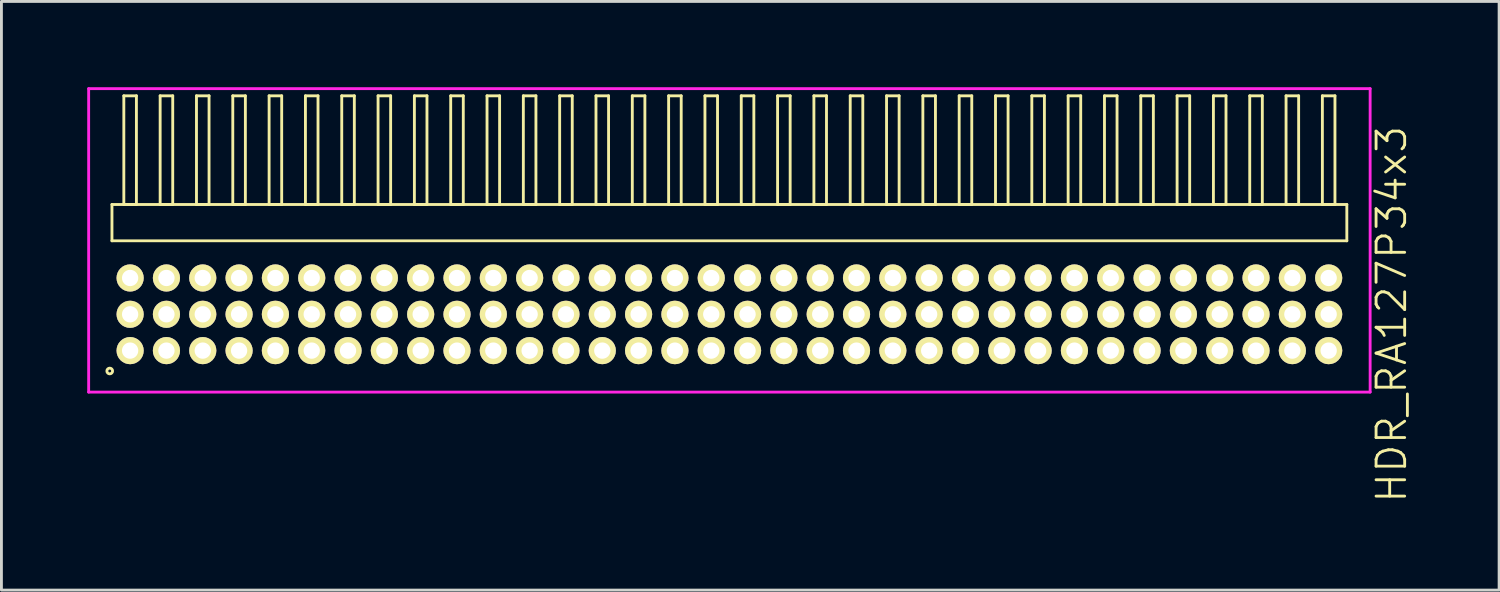
<source format=kicad_pcb>
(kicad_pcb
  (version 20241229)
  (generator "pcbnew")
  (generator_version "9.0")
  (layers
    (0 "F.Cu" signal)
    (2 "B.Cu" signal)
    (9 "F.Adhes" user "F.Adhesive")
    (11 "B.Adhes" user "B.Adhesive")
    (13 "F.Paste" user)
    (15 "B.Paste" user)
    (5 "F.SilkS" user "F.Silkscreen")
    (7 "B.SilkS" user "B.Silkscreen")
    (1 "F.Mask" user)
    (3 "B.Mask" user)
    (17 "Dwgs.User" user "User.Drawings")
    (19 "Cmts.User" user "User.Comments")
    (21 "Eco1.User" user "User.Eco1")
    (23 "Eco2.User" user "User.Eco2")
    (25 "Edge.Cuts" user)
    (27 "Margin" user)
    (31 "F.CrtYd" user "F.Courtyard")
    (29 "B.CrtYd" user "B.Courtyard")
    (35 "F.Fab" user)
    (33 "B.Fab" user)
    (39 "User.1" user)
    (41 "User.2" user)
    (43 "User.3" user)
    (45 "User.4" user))
  (footprint "HDR_RA127P34x3"
    (layer "F.Cu")
    (at 22.455 7.94)
    (property "Reference" "HDR_RA127P34x3" (at 23.155 0 90) (layer "F.SilkS") (effects (font (size 1 1) (thickness 0.1))))
    (attr through_hole)
    (fp_line (start -21.59 -3.84) (end -21.59 -2.57) (stroke (width 0.1) (type solid)) (layer "F.SilkS"))
    (fp_line (start -21.59 -2.57) (end 21.59 -2.57) (stroke (width 0.1) (type solid)) (layer "F.SilkS"))
    (fp_line (start -21.175 -7.64) (end -21.175 -3.84) (stroke (width 0.1) (type solid)) (layer "F.SilkS"))
    (fp_line (start -21.175 -3.84) (end -20.735 -3.84) (stroke (width 0.1) (type solid)) (layer "F.SilkS"))
    (fp_line (start -20.735 -7.64) (end -21.175 -7.64) (stroke (width 0.1) (type solid)) (layer "F.SilkS"))
    (fp_line (start -20.735 -3.84) (end -20.735 -7.64) (stroke (width 0.1) (type solid)) (layer "F.SilkS"))
    (fp_line (start -19.905 -7.64) (end -19.905 -3.84) (stroke (width 0.1) (type solid)) (layer "F.SilkS"))
    (fp_line (start -19.905 -3.84) (end -19.465 -3.84) (stroke (width 0.1) (type solid)) (layer "F.SilkS"))
    (fp_line (start -19.465 -7.64) (end -19.905 -7.64) (stroke (width 0.1) (type solid)) (layer "F.SilkS"))
    (fp_line (start -19.465 -3.84) (end -19.465 -7.64) (stroke (width 0.1) (type solid)) (layer "F.SilkS"))
    (fp_line (start -18.635 -7.64) (end -18.635 -3.84) (stroke (width 0.1) (type solid)) (layer "F.SilkS"))
    (fp_line (start -18.635 -3.84) (end -18.195 -3.84) (stroke (width 0.1) (type solid)) (layer "F.SilkS"))
    (fp_line (start -18.195 -7.64) (end -18.635 -7.64) (stroke (width 0.1) (type solid)) (layer "F.SilkS"))
    (fp_line (start -18.195 -3.84) (end -18.195 -7.64) (stroke (width 0.1) (type solid)) (layer "F.SilkS"))
    (fp_line (start -17.365 -7.64) (end -17.365 -3.84) (stroke (width 0.1) (type solid)) (layer "F.SilkS"))
    (fp_line (start -17.365 -3.84) (end -16.925 -3.84) (stroke (width 0.1) (type solid)) (layer "F.SilkS"))
    (fp_line (start -16.925 -7.64) (end -17.365 -7.64) (stroke (width 0.1) (type solid)) (layer "F.SilkS"))
    (fp_line (start -16.925 -3.84) (end -16.925 -7.64) (stroke (width 0.1) (type solid)) (layer "F.SilkS"))
    (fp_line (start -16.095 -7.64) (end -16.095 -3.84) (stroke (width 0.1) (type solid)) (layer "F.SilkS"))
    (fp_line (start -16.095 -3.84) (end -15.655 -3.84) (stroke (width 0.1) (type solid)) (layer "F.SilkS"))
    (fp_line (start -15.655 -7.64) (end -16.095 -7.64) (stroke (width 0.1) (type solid)) (layer "F.SilkS"))
    (fp_line (start -15.655 -3.84) (end -15.655 -7.64) (stroke (width 0.1) (type solid)) (layer "F.SilkS"))
    (fp_line (start -14.825 -7.64) (end -14.825 -3.84) (stroke (width 0.1) (type solid)) (layer "F.SilkS"))
    (fp_line (start -14.825 -3.84) (end -14.385 -3.84) (stroke (width 0.1) (type solid)) (layer "F.SilkS"))
    (fp_line (start -14.385 -7.64) (end -14.825 -7.64) (stroke (width 0.1) (type solid)) (layer "F.SilkS"))
    (fp_line (start -14.385 -3.84) (end -14.385 -7.64) (stroke (width 0.1) (type solid)) (layer "F.SilkS"))
    (fp_line (start -13.555 -7.64) (end -13.555 -3.84) (stroke (width 0.1) (type solid)) (layer "F.SilkS"))
    (fp_line (start -13.555 -3.84) (end -13.115 -3.84) (stroke (width 0.1) (type solid)) (layer "F.SilkS"))
    (fp_line (start -13.115 -7.64) (end -13.555 -7.64) (stroke (width 0.1) (type solid)) (layer "F.SilkS"))
    (fp_line (start -13.115 -3.84) (end -13.115 -7.64) (stroke (width 0.1) (type solid)) (layer "F.SilkS"))
    (fp_line (start -12.285 -7.64) (end -12.285 -3.84) (stroke (width 0.1) (type solid)) (layer "F.SilkS"))
    (fp_line (start -12.285 -3.84) (end -11.845 -3.84) (stroke (width 0.1) (type solid)) (layer "F.SilkS"))
    (fp_line (start -11.845 -7.64) (end -12.285 -7.64) (stroke (width 0.1) (type solid)) (layer "F.SilkS"))
    (fp_line (start -11.845 -3.84) (end -11.845 -7.64) (stroke (width 0.1) (type solid)) (layer "F.SilkS"))
    (fp_line (start -11.015 -7.64) (end -11.015 -3.84) (stroke (width 0.1) (type solid)) (layer "F.SilkS"))
    (fp_line (start -11.015 -3.84) (end -10.575 -3.84) (stroke (width 0.1) (type solid)) (layer "F.SilkS"))
    (fp_line (start -10.575 -7.64) (end -11.015 -7.64) (stroke (width 0.1) (type solid)) (layer "F.SilkS"))
    (fp_line (start -10.575 -3.84) (end -10.575 -7.64) (stroke (width 0.1) (type solid)) (layer "F.SilkS"))
    (fp_line (start -9.745 -7.64) (end -9.745 -3.84) (stroke (width 0.1) (type solid)) (layer "F.SilkS"))
    (fp_line (start -9.745 -3.84) (end -9.305 -3.84) (stroke (width 0.1) (type solid)) (layer "F.SilkS"))
    (fp_line (start -9.305 -7.64) (end -9.745 -7.64) (stroke (width 0.1) (type solid)) (layer "F.SilkS"))
    (fp_line (start -9.305 -3.84) (end -9.305 -7.64) (stroke (width 0.1) (type solid)) (layer "F.SilkS"))
    (fp_line (start -8.475 -7.64) (end -8.475 -3.84) (stroke (width 0.1) (type solid)) (layer "F.SilkS"))
    (fp_line (start -8.475 -3.84) (end -8.035 -3.84) (stroke (width 0.1) (type solid)) (layer "F.SilkS"))
    (fp_line (start -8.035 -7.64) (end -8.475 -7.64) (stroke (width 0.1) (type solid)) (layer "F.SilkS"))
    (fp_line (start -8.035 -3.84) (end -8.035 -7.64) (stroke (width 0.1) (type solid)) (layer "F.SilkS"))
    (fp_line (start -7.205 -7.64) (end -7.205 -3.84) (stroke (width 0.1) (type solid)) (layer "F.SilkS"))
    (fp_line (start -7.205 -3.84) (end -6.765 -3.84) (stroke (width 0.1) (type solid)) (layer "F.SilkS"))
    (fp_line (start -6.765 -7.64) (end -7.205 -7.64) (stroke (width 0.1) (type solid)) (layer "F.SilkS"))
    (fp_line (start -6.765 -3.84) (end -6.765 -7.64) (stroke (width 0.1) (type solid)) (layer "F.SilkS"))
    (fp_line (start -5.935 -7.64) (end -5.935 -3.84) (stroke (width 0.1) (type solid)) (layer "F.SilkS"))
    (fp_line (start -5.935 -3.84) (end -5.495 -3.84) (stroke (width 0.1) (type solid)) (layer "F.SilkS"))
    (fp_line (start -5.495 -7.64) (end -5.935 -7.64) (stroke (width 0.1) (type solid)) (layer "F.SilkS"))
    (fp_line (start -5.495 -3.84) (end -5.495 -7.64) (stroke (width 0.1) (type solid)) (layer "F.SilkS"))
    (fp_line (start -4.665 -7.64) (end -4.665 -3.84) (stroke (width 0.1) (type solid)) (layer "F.SilkS"))
    (fp_line (start -4.665 -3.84) (end -4.225 -3.84) (stroke (width 0.1) (type solid)) (layer "F.SilkS"))
    (fp_line (start -4.225 -7.64) (end -4.665 -7.64) (stroke (width 0.1) (type solid)) (layer "F.SilkS"))
    (fp_line (start -4.225 -3.84) (end -4.225 -7.64) (stroke (width 0.1) (type solid)) (layer "F.SilkS"))
    (fp_line (start -3.395 -7.64) (end -3.395 -3.84) (stroke (width 0.1) (type solid)) (layer "F.SilkS"))
    (fp_line (start -3.395 -3.84) (end -2.955 -3.84) (stroke (width 0.1) (type solid)) (layer "F.SilkS"))
    (fp_line (start -2.955 -7.64) (end -3.395 -7.64) (stroke (width 0.1) (type solid)) (layer "F.SilkS"))
    (fp_line (start -2.955 -3.84) (end -2.955 -7.64) (stroke (width 0.1) (type solid)) (layer "F.SilkS"))
    (fp_line (start -2.125 -7.64) (end -2.125 -3.84) (stroke (width 0.1) (type solid)) (layer "F.SilkS"))
    (fp_line (start -2.125 -3.84) (end -1.685 -3.84) (stroke (width 0.1) (type solid)) (layer "F.SilkS"))
    (fp_line (start -1.685 -7.64) (end -2.125 -7.64) (stroke (width 0.1) (type solid)) (layer "F.SilkS"))
    (fp_line (start -1.685 -3.84) (end -1.685 -7.64) (stroke (width 0.1) (type solid)) (layer "F.SilkS"))
    (fp_line (start -0.855 -7.64) (end -0.855 -3.84) (stroke (width 0.1) (type solid)) (layer "F.SilkS"))
    (fp_line (start -0.855 -3.84) (end -0.415 -3.84) (stroke (width 0.1) (type solid)) (layer "F.SilkS"))
    (fp_line (start -0.415 -7.64) (end -0.855 -7.64) (stroke (width 0.1) (type solid)) (layer "F.SilkS"))
    (fp_line (start -0.415 -3.84) (end -0.415 -7.64) (stroke (width 0.1) (type solid)) (layer "F.SilkS"))
    (fp_line (start 0.415 -7.64) (end 0.415 -3.84) (stroke (width 0.1) (type solid)) (layer "F.SilkS"))
    (fp_line (start 0.415 -3.84) (end 0.855 -3.84) (stroke (width 0.1) (type solid)) (layer "F.SilkS"))
    (fp_line (start 0.855 -7.64) (end 0.415 -7.64) (stroke (width 0.1) (type solid)) (layer "F.SilkS"))
    (fp_line (start 0.855 -3.84) (end 0.855 -7.64) (stroke (width 0.1) (type solid)) (layer "F.SilkS"))
    (fp_line (start 1.685 -7.64) (end 1.685 -3.84) (stroke (width 0.1) (type solid)) (layer "F.SilkS"))
    (fp_line (start 1.685 -3.84) (end 2.125 -3.84) (stroke (width 0.1) (type solid)) (layer "F.SilkS"))
    (fp_line (start 2.125 -7.64) (end 1.685 -7.64) (stroke (width 0.1) (type solid)) (layer "F.SilkS"))
    (fp_line (start 2.125 -3.84) (end 2.125 -7.64) (stroke (width 0.1) (type solid)) (layer "F.SilkS"))
    (fp_line (start 2.955 -7.64) (end 2.955 -3.84) (stroke (width 0.1) (type solid)) (layer "F.SilkS"))
    (fp_line (start 2.955 -3.84) (end 3.395 -3.84) (stroke (width 0.1) (type solid)) (layer "F.SilkS"))
    (fp_line (start 3.395 -7.64) (end 2.955 -7.64) (stroke (width 0.1) (type solid)) (layer "F.SilkS"))
    (fp_line (start 3.395 -3.84) (end 3.395 -7.64) (stroke (width 0.1) (type solid)) (layer "F.SilkS"))
    (fp_line (start 4.225 -7.64) (end 4.225 -3.84) (stroke (width 0.1) (type solid)) (layer "F.SilkS"))
    (fp_line (start 4.225 -3.84) (end 4.665 -3.84) (stroke (width 0.1) (type solid)) (layer "F.SilkS"))
    (fp_line (start 4.665 -7.64) (end 4.225 -7.64) (stroke (width 0.1) (type solid)) (layer "F.SilkS"))
    (fp_line (start 4.665 -3.84) (end 4.665 -7.64) (stroke (width 0.1) (type solid)) (layer "F.SilkS"))
    (fp_line (start 5.495 -7.64) (end 5.495 -3.84) (stroke (width 0.1) (type solid)) (layer "F.SilkS"))
    (fp_line (start 5.495 -3.84) (end 5.935 -3.84) (stroke (width 0.1) (type solid)) (layer "F.SilkS"))
    (fp_line (start 5.935 -7.64) (end 5.495 -7.64) (stroke (width 0.1) (type solid)) (layer "F.SilkS"))
    (fp_line (start 5.935 -3.84) (end 5.935 -7.64) (stroke (width 0.1) (type solid)) (layer "F.SilkS"))
    (fp_line (start 6.765 -7.64) (end 6.765 -3.84) (stroke (width 0.1) (type solid)) (layer "F.SilkS"))
    (fp_line (start 6.765 -3.84) (end 7.205 -3.84) (stroke (width 0.1) (type solid)) (layer "F.SilkS"))
    (fp_line (start 7.205 -7.64) (end 6.765 -7.64) (stroke (width 0.1) (type solid)) (layer "F.SilkS"))
    (fp_line (start 7.205 -3.84) (end 7.205 -7.64) (stroke (width 0.1) (type solid)) (layer "F.SilkS"))
    (fp_line (start 8.035 -7.64) (end 8.035 -3.84) (stroke (width 0.1) (type solid)) (layer "F.SilkS"))
    (fp_line (start 8.035 -3.84) (end 8.475 -3.84) (stroke (width 0.1) (type solid)) (layer "F.SilkS"))
    (fp_line (start 8.475 -7.64) (end 8.035 -7.64) (stroke (width 0.1) (type solid)) (layer "F.SilkS"))
    (fp_line (start 8.475 -3.84) (end 8.475 -7.64) (stroke (width 0.1) (type solid)) (layer "F.SilkS"))
    (fp_line (start 9.305 -7.64) (end 9.305 -3.84) (stroke (width 0.1) (type solid)) (layer "F.SilkS"))
    (fp_line (start 9.305 -3.84) (end 9.745 -3.84) (stroke (width 0.1) (type solid)) (layer "F.SilkS"))
    (fp_line (start 9.745 -7.64) (end 9.305 -7.64) (stroke (width 0.1) (type solid)) (layer "F.SilkS"))
    (fp_line (start 9.745 -3.84) (end 9.745 -7.64) (stroke (width 0.1) (type solid)) (layer "F.SilkS"))
    (fp_line (start 10.575 -7.64) (end 10.575 -3.84) (stroke (width 0.1) (type solid)) (layer "F.SilkS"))
    (fp_line (start 10.575 -3.84) (end 11.015 -3.84) (stroke (width 0.1) (type solid)) (layer "F.SilkS"))
    (fp_line (start 11.015 -7.64) (end 10.575 -7.64) (stroke (width 0.1) (type solid)) (layer "F.SilkS"))
    (fp_line (start 11.015 -3.84) (end 11.015 -7.64) (stroke (width 0.1) (type solid)) (layer "F.SilkS"))
    (fp_line (start 11.845 -7.64) (end 11.845 -3.84) (stroke (width 0.1) (type solid)) (layer "F.SilkS"))
    (fp_line (start 11.845 -3.84) (end 12.285 -3.84) (stroke (width 0.1) (type solid)) (layer "F.SilkS"))
    (fp_line (start 12.285 -7.64) (end 11.845 -7.64) (stroke (width 0.1) (type solid)) (layer "F.SilkS"))
    (fp_line (start 12.285 -3.84) (end 12.285 -7.64) (stroke (width 0.1) (type solid)) (layer "F.SilkS"))
    (fp_line (start 13.115 -7.64) (end 13.115 -3.84) (stroke (width 0.1) (type solid)) (layer "F.SilkS"))
    (fp_line (start 13.115 -3.84) (end 13.555 -3.84) (stroke (width 0.1) (type solid)) (layer "F.SilkS"))
    (fp_line (start 13.555 -7.64) (end 13.115 -7.64) (stroke (width 0.1) (type solid)) (layer "F.SilkS"))
    (fp_line (start 13.555 -3.84) (end 13.555 -7.64) (stroke (width 0.1) (type solid)) (layer "F.SilkS"))
    (fp_line (start 14.385 -7.64) (end 14.385 -3.84) (stroke (width 0.1) (type solid)) (layer "F.SilkS"))
    (fp_line (start 14.385 -3.84) (end 14.825 -3.84) (stroke (width 0.1) (type solid)) (layer "F.SilkS"))
    (fp_line (start 14.825 -7.64) (end 14.385 -7.64) (stroke (width 0.1) (type solid)) (layer "F.SilkS"))
    (fp_line (start 14.825 -3.84) (end 14.825 -7.64) (stroke (width 0.1) (type solid)) (layer "F.SilkS"))
    (fp_line (start 15.655 -7.64) (end 15.655 -3.84) (stroke (width 0.1) (type solid)) (layer "F.SilkS"))
    (fp_line (start 15.655 -3.84) (end 16.095 -3.84) (stroke (width 0.1) (type solid)) (layer "F.SilkS"))
    (fp_line (start 16.095 -7.64) (end 15.655 -7.64) (stroke (width 0.1) (type solid)) (layer "F.SilkS"))
    (fp_line (start 16.095 -3.84) (end 16.095 -7.64) (stroke (width 0.1) (type solid)) (layer "F.SilkS"))
    (fp_line (start 16.925 -7.64) (end 16.925 -3.84) (stroke (width 0.1) (type solid)) (layer "F.SilkS"))
    (fp_line (start 16.925 -3.84) (end 17.365 -3.84) (stroke (width 0.1) (type solid)) (layer "F.SilkS"))
    (fp_line (start 17.365 -7.64) (end 16.925 -7.64) (stroke (width 0.1) (type solid)) (layer "F.SilkS"))
    (fp_line (start 17.365 -3.84) (end 17.365 -7.64) (stroke (width 0.1) (type solid)) (layer "F.SilkS"))
    (fp_line (start 18.195 -7.64) (end 18.195 -3.84) (stroke (width 0.1) (type solid)) (layer "F.SilkS"))
    (fp_line (start 18.195 -3.84) (end 18.635 -3.84) (stroke (width 0.1) (type solid)) (layer "F.SilkS"))
    (fp_line (start 18.635 -7.64) (end 18.195 -7.64) (stroke (width 0.1) (type solid)) (layer "F.SilkS"))
    (fp_line (start 18.635 -3.84) (end 18.635 -7.64) (stroke (width 0.1) (type solid)) (layer "F.SilkS"))
    (fp_line (start 19.465 -7.64) (end 19.465 -3.84) (stroke (width 0.1) (type solid)) (layer "F.SilkS"))
    (fp_line (start 19.465 -3.84) (end 19.905 -3.84) (stroke (width 0.1) (type solid)) (layer "F.SilkS"))
    (fp_line (start 19.905 -7.64) (end 19.465 -7.64) (stroke (width 0.1) (type solid)) (layer "F.SilkS"))
    (fp_line (start 19.905 -3.84) (end 19.905 -7.64) (stroke (width 0.1) (type solid)) (layer "F.SilkS"))
    (fp_line (start 20.735 -7.64) (end 20.735 -3.84) (stroke (width 0.1) (type solid)) (layer "F.SilkS"))
    (fp_line (start 20.735 -3.84) (end 21.175 -3.84) (stroke (width 0.1) (type solid)) (layer "F.SilkS"))
    (fp_line (start 21.175 -7.64) (end 20.735 -7.64) (stroke (width 0.1) (type solid)) (layer "F.SilkS"))
    (fp_line (start 21.175 -3.84) (end 21.175 -7.64) (stroke (width 0.1) (type solid)) (layer "F.SilkS"))
    (fp_line (start 21.59 -3.84) (end -21.59 -3.84) (stroke (width 0.1) (type solid)) (layer "F.SilkS"))
    (fp_line (start 21.59 -2.57) (end 21.59 -3.84) (stroke (width 0.1) (type solid)) (layer "F.SilkS"))
    (fp_circle (center -21.668 1.983) (end -21.568 1.983) (stroke (width 0.1) (type solid)) (fill no) (layer "F.SilkS"))
    (fp_line (start -22.405 -7.89) (end -22.405 2.72) (stroke (width 0.1) (type solid)) (layer "F.CrtYd"))
    (fp_line (start -22.405 2.72) (end 22.405 2.72) (stroke (width 0.1) (type solid)) (layer "F.CrtYd"))
    (fp_line (start 22.405 -7.89) (end -22.405 -7.89) (stroke (width 0.1) (type solid)) (layer "F.CrtYd"))
    (fp_line (start 22.405 2.72) (end 22.405 -7.89) (stroke (width 0.1) (type solid)) (layer "F.CrtYd"))
    (pad "1" thru_hole oval (at -20.955 1.27) (size 0.95 0.95) (drill 0.57) (layers "*.Cu" "*.Mask" "F.SilkS"))
    (pad "2" thru_hole oval (at -20.955 0) (size 0.95 0.95) (drill 0.57) (layers "*.Cu" "*.Mask" "F.SilkS"))
    (pad "3" thru_hole oval (at -20.955 -1.27) (size 0.95 0.95) (drill 0.57) (layers "*.Cu" "*.Mask" "F.SilkS"))
    (pad "4" thru_hole oval (at -19.685 1.27) (size 0.95 0.95) (drill 0.57) (layers "*.Cu" "*.Mask" "F.SilkS"))
    (pad "5" thru_hole oval (at -19.685 0) (size 0.95 0.95) (drill 0.57) (layers "*.Cu" "*.Mask" "F.SilkS"))
    (pad "6" thru_hole oval (at -19.685 -1.27) (size 0.95 0.95) (drill 0.57) (layers "*.Cu" "*.Mask" "F.SilkS"))
    (pad "7" thru_hole oval (at -18.415 1.27) (size 0.95 0.95) (drill 0.57) (layers "*.Cu" "*.Mask" "F.SilkS"))
    (pad "8" thru_hole oval (at -18.415 0) (size 0.95 0.95) (drill 0.57) (layers "*.Cu" "*.Mask" "F.SilkS"))
    (pad "9" thru_hole oval (at -18.415 -1.27) (size 0.95 0.95) (drill 0.57) (layers "*.Cu" "*.Mask" "F.SilkS"))
    (pad "10" thru_hole oval (at -17.145 1.27) (size 0.95 0.95) (drill 0.57) (layers "*.Cu" "*.Mask" "F.SilkS"))
    (pad "11" thru_hole oval (at -17.145 0) (size 0.95 0.95) (drill 0.57) (layers "*.Cu" "*.Mask" "F.SilkS"))
    (pad "12" thru_hole oval (at -17.145 -1.27) (size 0.95 0.95) (drill 0.57) (layers "*.Cu" "*.Mask" "F.SilkS"))
    (pad "13" thru_hole oval (at -15.875 1.27) (size 0.95 0.95) (drill 0.57) (layers "*.Cu" "*.Mask" "F.SilkS"))
    (pad "14" thru_hole oval (at -15.875 0) (size 0.95 0.95) (drill 0.57) (layers "*.Cu" "*.Mask" "F.SilkS"))
    (pad "15" thru_hole oval (at -15.875 -1.27) (size 0.95 0.95) (drill 0.57) (layers "*.Cu" "*.Mask" "F.SilkS"))
    (pad "16" thru_hole oval (at -14.605 1.27) (size 0.95 0.95) (drill 0.57) (layers "*.Cu" "*.Mask" "F.SilkS"))
    (pad "17" thru_hole oval (at -14.605 0) (size 0.95 0.95) (drill 0.57) (layers "*.Cu" "*.Mask" "F.SilkS"))
    (pad "18" thru_hole oval (at -14.605 -1.27) (size 0.95 0.95) (drill 0.57) (layers "*.Cu" "*.Mask" "F.SilkS"))
    (pad "19" thru_hole oval (at -13.335 1.27) (size 0.95 0.95) (drill 0.57) (layers "*.Cu" "*.Mask" "F.SilkS"))
    (pad "20" thru_hole oval (at -13.335 0) (size 0.95 0.95) (drill 0.57) (layers "*.Cu" "*.Mask" "F.SilkS"))
    (pad "21" thru_hole oval (at -13.335 -1.27) (size 0.95 0.95) (drill 0.57) (layers "*.Cu" "*.Mask" "F.SilkS"))
    (pad "22" thru_hole oval (at -12.065 1.27) (size 0.95 0.95) (drill 0.57) (layers "*.Cu" "*.Mask" "F.SilkS"))
    (pad "23" thru_hole oval (at -12.065 0) (size 0.95 0.95) (drill 0.57) (layers "*.Cu" "*.Mask" "F.SilkS"))
    (pad "24" thru_hole oval (at -12.065 -1.27) (size 0.95 0.95) (drill 0.57) (layers "*.Cu" "*.Mask" "F.SilkS"))
    (pad "25" thru_hole oval (at -10.795 1.27) (size 0.95 0.95) (drill 0.57) (layers "*.Cu" "*.Mask" "F.SilkS"))
    (pad "26" thru_hole oval (at -10.795 0) (size 0.95 0.95) (drill 0.57) (layers "*.Cu" "*.Mask" "F.SilkS"))
    (pad "27" thru_hole oval (at -10.795 -1.27) (size 0.95 0.95) (drill 0.57) (layers "*.Cu" "*.Mask" "F.SilkS"))
    (pad "28" thru_hole oval (at -9.525 1.27) (size 0.95 0.95) (drill 0.57) (layers "*.Cu" "*.Mask" "F.SilkS"))
    (pad "29" thru_hole oval (at -9.525 0) (size 0.95 0.95) (drill 0.57) (layers "*.Cu" "*.Mask" "F.SilkS"))
    (pad "30" thru_hole oval (at -9.525 -1.27) (size 0.95 0.95) (drill 0.57) (layers "*.Cu" "*.Mask" "F.SilkS"))
    (pad "31" thru_hole oval (at -8.255 1.27) (size 0.95 0.95) (drill 0.57) (layers "*.Cu" "*.Mask" "F.SilkS"))
    (pad "32" thru_hole oval (at -8.255 0) (size 0.95 0.95) (drill 0.57) (layers "*.Cu" "*.Mask" "F.SilkS"))
    (pad "33" thru_hole oval (at -8.255 -1.27) (size 0.95 0.95) (drill 0.57) (layers "*.Cu" "*.Mask" "F.SilkS"))
    (pad "34" thru_hole oval (at -6.985 1.27) (size 0.95 0.95) (drill 0.57) (layers "*.Cu" "*.Mask" "F.SilkS"))
    (pad "35" thru_hole oval (at -6.985 0) (size 0.95 0.95) (drill 0.57) (layers "*.Cu" "*.Mask" "F.SilkS"))
    (pad "36" thru_hole oval (at -6.985 -1.27) (size 0.95 0.95) (drill 0.57) (layers "*.Cu" "*.Mask" "F.SilkS"))
    (pad "37" thru_hole oval (at -5.715 1.27) (size 0.95 0.95) (drill 0.57) (layers "*.Cu" "*.Mask" "F.SilkS"))
    (pad "38" thru_hole oval (at -5.715 0) (size 0.95 0.95) (drill 0.57) (layers "*.Cu" "*.Mask" "F.SilkS"))
    (pad "39" thru_hole oval (at -5.715 -1.27) (size 0.95 0.95) (drill 0.57) (layers "*.Cu" "*.Mask" "F.SilkS"))
    (pad "40" thru_hole oval (at -4.445 1.27) (size 0.95 0.95) (drill 0.57) (layers "*.Cu" "*.Mask" "F.SilkS"))
    (pad "41" thru_hole oval (at -4.445 0) (size 0.95 0.95) (drill 0.57) (layers "*.Cu" "*.Mask" "F.SilkS"))
    (pad "42" thru_hole oval (at -4.445 -1.27) (size 0.95 0.95) (drill 0.57) (layers "*.Cu" "*.Mask" "F.SilkS"))
    (pad "43" thru_hole oval (at -3.175 1.27) (size 0.95 0.95) (drill 0.57) (layers "*.Cu" "*.Mask" "F.SilkS"))
    (pad "44" thru_hole oval (at -3.175 0) (size 0.95 0.95) (drill 0.57) (layers "*.Cu" "*.Mask" "F.SilkS"))
    (pad "45" thru_hole oval (at -3.175 -1.27) (size 0.95 0.95) (drill 0.57) (layers "*.Cu" "*.Mask" "F.SilkS"))
    (pad "46" thru_hole oval (at -1.905 1.27) (size 0.95 0.95) (drill 0.57) (layers "*.Cu" "*.Mask" "F.SilkS"))
    (pad "47" thru_hole oval (at -1.905 0) (size 0.95 0.95) (drill 0.57) (layers "*.Cu" "*.Mask" "F.SilkS"))
    (pad "48" thru_hole oval (at -1.905 -1.27) (size 0.95 0.95) (drill 0.57) (layers "*.Cu" "*.Mask" "F.SilkS"))
    (pad "49" thru_hole oval (at -0.635 1.27) (size 0.95 0.95) (drill 0.57) (layers "*.Cu" "*.Mask" "F.SilkS"))
    (pad "50" thru_hole oval (at -0.635 0) (size 0.95 0.95) (drill 0.57) (layers "*.Cu" "*.Mask" "F.SilkS"))
    (pad "51" thru_hole oval (at -0.635 -1.27) (size 0.95 0.95) (drill 0.57) (layers "*.Cu" "*.Mask" "F.SilkS"))
    (pad "52" thru_hole oval (at 0.635 1.27) (size 0.95 0.95) (drill 0.57) (layers "*.Cu" "*.Mask" "F.SilkS"))
    (pad "53" thru_hole oval (at 0.635 0) (size 0.95 0.95) (drill 0.57) (layers "*.Cu" "*.Mask" "F.SilkS"))
    (pad "54" thru_hole oval (at 0.635 -1.27) (size 0.95 0.95) (drill 0.57) (layers "*.Cu" "*.Mask" "F.SilkS"))
    (pad "55" thru_hole oval (at 1.905 1.27) (size 0.95 0.95) (drill 0.57) (layers "*.Cu" "*.Mask" "F.SilkS"))
    (pad "56" thru_hole oval (at 1.905 0) (size 0.95 0.95) (drill 0.57) (layers "*.Cu" "*.Mask" "F.SilkS"))
    (pad "57" thru_hole oval (at 1.905 -1.27) (size 0.95 0.95) (drill 0.57) (layers "*.Cu" "*.Mask" "F.SilkS"))
    (pad "58" thru_hole oval (at 3.175 1.27) (size 0.95 0.95) (drill 0.57) (layers "*.Cu" "*.Mask" "F.SilkS"))
    (pad "59" thru_hole oval (at 3.175 0) (size 0.95 0.95) (drill 0.57) (layers "*.Cu" "*.Mask" "F.SilkS"))
    (pad "60" thru_hole oval (at 3.175 -1.27) (size 0.95 0.95) (drill 0.57) (layers "*.Cu" "*.Mask" "F.SilkS"))
    (pad "61" thru_hole oval (at 4.445 1.27) (size 0.95 0.95) (drill 0.57) (layers "*.Cu" "*.Mask" "F.SilkS"))
    (pad "62" thru_hole oval (at 4.445 0) (size 0.95 0.95) (drill 0.57) (layers "*.Cu" "*.Mask" "F.SilkS"))
    (pad "63" thru_hole oval (at 4.445 -1.27) (size 0.95 0.95) (drill 0.57) (layers "*.Cu" "*.Mask" "F.SilkS"))
    (pad "64" thru_hole oval (at 5.715 1.27) (size 0.95 0.95) (drill 0.57) (layers "*.Cu" "*.Mask" "F.SilkS"))
    (pad "65" thru_hole oval (at 5.715 0) (size 0.95 0.95) (drill 0.57) (layers "*.Cu" "*.Mask" "F.SilkS"))
    (pad "66" thru_hole oval (at 5.715 -1.27) (size 0.95 0.95) (drill 0.57) (layers "*.Cu" "*.Mask" "F.SilkS"))
    (pad "67" thru_hole oval (at 6.985 1.27) (size 0.95 0.95) (drill 0.57) (layers "*.Cu" "*.Mask" "F.SilkS"))
    (pad "68" thru_hole oval (at 6.985 0) (size 0.95 0.95) (drill 0.57) (layers "*.Cu" "*.Mask" "F.SilkS"))
    (pad "69" thru_hole oval (at 6.985 -1.27) (size 0.95 0.95) (drill 0.57) (layers "*.Cu" "*.Mask" "F.SilkS"))
    (pad "70" thru_hole oval (at 8.255 1.27) (size 0.95 0.95) (drill 0.57) (layers "*.Cu" "*.Mask" "F.SilkS"))
    (pad "71" thru_hole oval (at 8.255 0) (size 0.95 0.95) (drill 0.57) (layers "*.Cu" "*.Mask" "F.SilkS"))
    (pad "72" thru_hole oval (at 8.255 -1.27) (size 0.95 0.95) (drill 0.57) (layers "*.Cu" "*.Mask" "F.SilkS"))
    (pad "73" thru_hole oval (at 9.525 1.27) (size 0.95 0.95) (drill 0.57) (layers "*.Cu" "*.Mask" "F.SilkS"))
    (pad "74" thru_hole oval (at 9.525 0) (size 0.95 0.95) (drill 0.57) (layers "*.Cu" "*.Mask" "F.SilkS"))
    (pad "75" thru_hole oval (at 9.525 -1.27) (size 0.95 0.95) (drill 0.57) (layers "*.Cu" "*.Mask" "F.SilkS"))
    (pad "76" thru_hole oval (at 10.795 1.27) (size 0.95 0.95) (drill 0.57) (layers "*.Cu" "*.Mask" "F.SilkS"))
    (pad "77" thru_hole oval (at 10.795 0) (size 0.95 0.95) (drill 0.57) (layers "*.Cu" "*.Mask" "F.SilkS"))
    (pad "78" thru_hole oval (at 10.795 -1.27) (size 0.95 0.95) (drill 0.57) (layers "*.Cu" "*.Mask" "F.SilkS"))
    (pad "79" thru_hole oval (at 12.065 1.27) (size 0.95 0.95) (drill 0.57) (layers "*.Cu" "*.Mask" "F.SilkS"))
    (pad "80" thru_hole oval (at 12.065 0) (size 0.95 0.95) (drill 0.57) (layers "*.Cu" "*.Mask" "F.SilkS"))
    (pad "81" thru_hole oval (at 12.065 -1.27) (size 0.95 0.95) (drill 0.57) (layers "*.Cu" "*.Mask" "F.SilkS"))
    (pad "82" thru_hole oval (at 13.335 1.27) (size 0.95 0.95) (drill 0.57) (layers "*.Cu" "*.Mask" "F.SilkS"))
    (pad "83" thru_hole oval (at 13.335 0) (size 0.95 0.95) (drill 0.57) (layers "*.Cu" "*.Mask" "F.SilkS"))
    (pad "84" thru_hole oval (at 13.335 -1.27) (size 0.95 0.95) (drill 0.57) (layers "*.Cu" "*.Mask" "F.SilkS"))
    (pad "85" thru_hole oval (at 14.605 1.27) (size 0.95 0.95) (drill 0.57) (layers "*.Cu" "*.Mask" "F.SilkS"))
    (pad "86" thru_hole oval (at 14.605 0) (size 0.95 0.95) (drill 0.57) (layers "*.Cu" "*.Mask" "F.SilkS"))
    (pad "87" thru_hole oval (at 14.605 -1.27) (size 0.95 0.95) (drill 0.57) (layers "*.Cu" "*.Mask" "F.SilkS"))
    (pad "88" thru_hole oval (at 15.875 1.27) (size 0.95 0.95) (drill 0.57) (layers "*.Cu" "*.Mask" "F.SilkS"))
    (pad "89" thru_hole oval (at 15.875 0) (size 0.95 0.95) (drill 0.57) (layers "*.Cu" "*.Mask" "F.SilkS"))
    (pad "90" thru_hole oval (at 15.875 -1.27) (size 0.95 0.95) (drill 0.57) (layers "*.Cu" "*.Mask" "F.SilkS"))
    (pad "91" thru_hole oval (at 17.145 1.27) (size 0.95 0.95) (drill 0.57) (layers "*.Cu" "*.Mask" "F.SilkS"))
    (pad "92" thru_hole oval (at 17.145 0) (size 0.95 0.95) (drill 0.57) (layers "*.Cu" "*.Mask" "F.SilkS"))
    (pad "93" thru_hole oval (at 17.145 -1.27) (size 0.95 0.95) (drill 0.57) (layers "*.Cu" "*.Mask" "F.SilkS"))
    (pad "94" thru_hole oval (at 18.415 1.27) (size 0.95 0.95) (drill 0.57) (layers "*.Cu" "*.Mask" "F.SilkS"))
    (pad "95" thru_hole oval (at 18.415 0) (size 0.95 0.95) (drill 0.57) (layers "*.Cu" "*.Mask" "F.SilkS"))
    (pad "96" thru_hole oval (at 18.415 -1.27) (size 0.95 0.95) (drill 0.57) (layers "*.Cu" "*.Mask" "F.SilkS"))
    (pad "97" thru_hole oval (at 19.685 1.27) (size 0.95 0.95) (drill 0.57) (layers "*.Cu" "*.Mask" "F.SilkS"))
    (pad "98" thru_hole oval (at 19.685 0) (size 0.95 0.95) (drill 0.57) (layers "*.Cu" "*.Mask" "F.SilkS"))
    (pad "99" thru_hole oval (at 19.685 -1.27) (size 0.95 0.95) (drill 0.57) (layers "*.Cu" "*.Mask" "F.SilkS"))
    (pad "100" thru_hole oval (at 20.955 1.27) (size 0.95 0.95) (drill 0.57) (layers "*.Cu" "*.Mask" "F.SilkS"))
    (pad "101" thru_hole oval (at 20.955 0) (size 0.95 0.95) (drill 0.57) (layers "*.Cu" "*.Mask" "F.SilkS"))
    (pad "102" thru_hole oval (at 20.955 -1.27) (size 0.95 0.95) (drill 0.57) (layers "*.Cu" "*.Mask" "F.SilkS")))
  (gr_rect
    (start -3 -3)
    (end 49.37 17.585)
    (stroke (width 0.1) (type default))
    (fill no)
    (layer "Edge.Cuts")))
</source>
